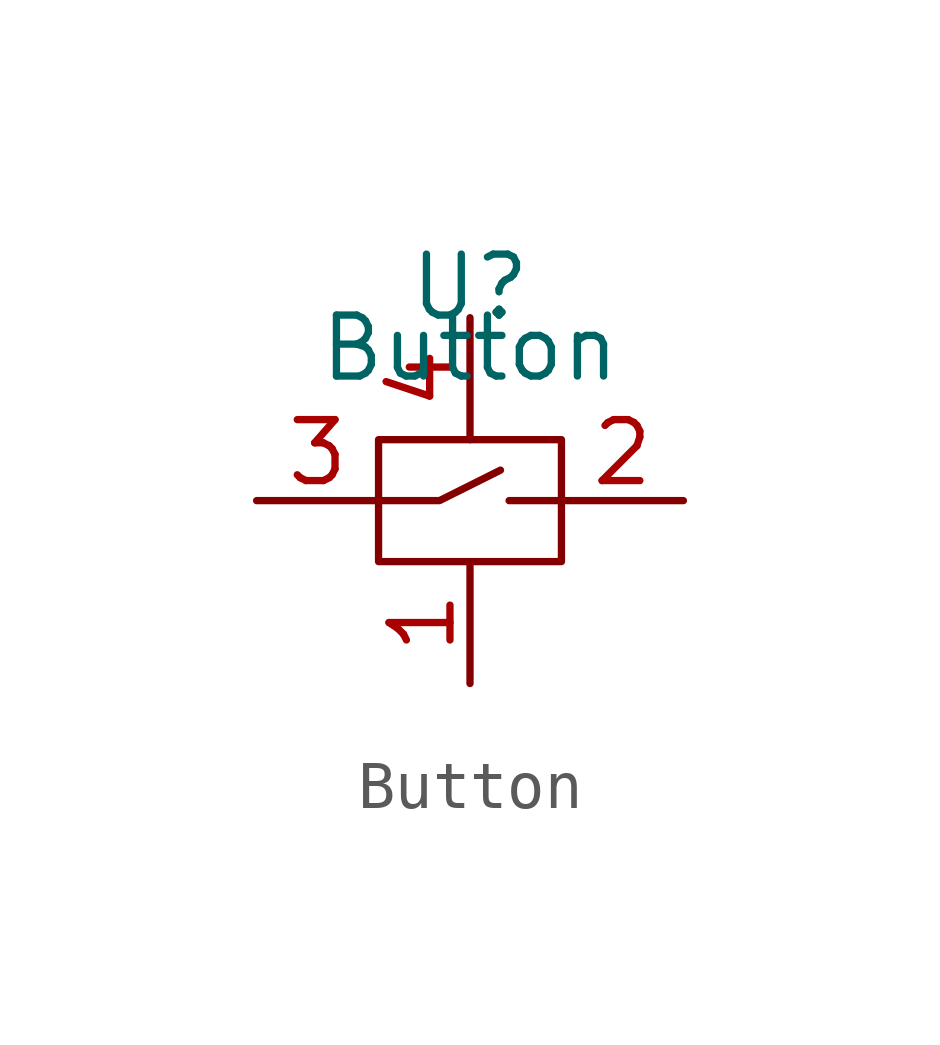
<source format=kicad_sym>
(kicad_symbol_lib
  (version 20220914)
  (generator kicad_symbol_editor)
  (symbol "Button"
    (property "Reference" "U"
      (at 1.905 2.54 0)
      (effects (font (size 1.27 1.27))))
    (property "Value" "Button"
      (at 1.905 1.27 0)
      (effects (font (size 1.27 1.27))))
    (symbol "Button_0_1"
      (rectangle (start 0 -0.635) (end 3.81 -3.175) (stroke (width 0) (type default)) (fill (type none)))
      (polyline (pts (xy 2.719 -1.905) (xy 3.81 -1.905)) (stroke (width 0) (type default)) (fill (type none)))
      (polyline (pts (xy 0 -1.905) (xy 1.27 -1.905) (xy 2.54 -1.27)) (stroke (width 0) (type default)) (fill (type none))))
    (symbol "Button_1_1"
      (pin input line (at 1.905 -5.715 90) (length 2.54) (name "" (effects (font (size 1.27 1.27)))) (number "1" (effects (font (size 1.27 1.27)))))
      (pin input line (at 6.35 -1.905 180) (length 2.54) (name "" (effects (font (size 1.27 1.27)))) (number "2" (effects (font (size 1.27 1.27)))))
      (pin input line (at -2.54 -1.905 0) (length 2.54) (name "" (effects (font (size 1.27 1.27)))) (number "3" (effects (font (size 1.27 1.27)))))
      (pin input line (at 1.905 1.905 270) (length 2.54) (name "" (effects (font (size 1.27 1.27)))) (number "4" (effects (font (size 1.27 1.27))))))))
</source>
